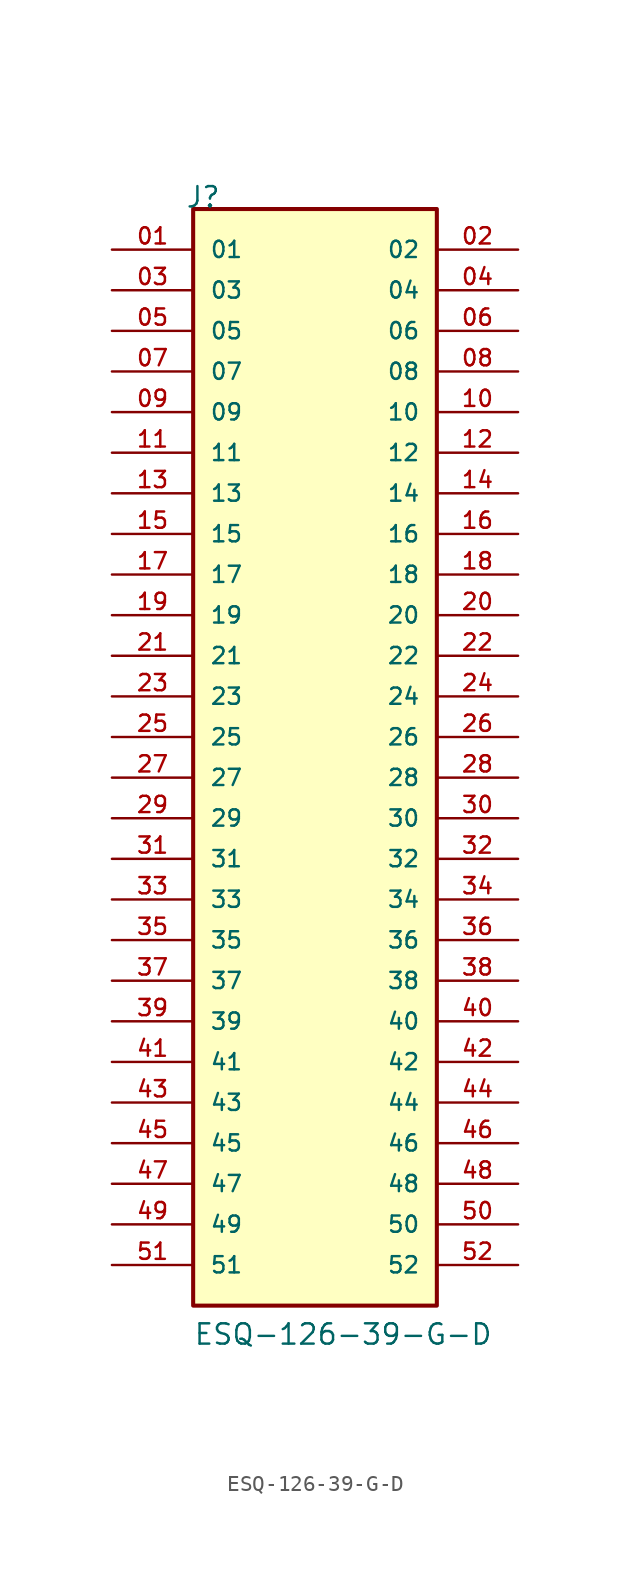
<source format=kicad_sym>
(kicad_symbol_lib
  (version 20211014)
  (generator kicad_symbol_editor)
  (symbol "ESQ-126-39-G-D"
    (pin_names
      (offset 1.016))
    (property "Reference" "J"
      (at -8.12 35.56 0)
      (effects (font (size 1.27 1.27)) (justify bottom left)))
    (property "Value" "ESQ-126-39-G-D"
      (at -7.62 -35.56 0)
      (effects (font (size 1.27 1.27)) (justify bottom left)))
    (symbol "ESQ-126-39-G-D_0_0"
      (rectangle (start -7.62 -33.02) (end 7.62 35.56) (stroke (width 0.254)) (fill (type background)))
      (pin passive line (at -12.7 33.02 0) (length 5.08) (name "01" (effects (font (size 1.016 1.016)))) (number "01" (effects (font (size 1.016 1.016)))))
      (pin passive line (at 12.7 33.02 180.0) (length 5.08) (name "02" (effects (font (size 1.016 1.016)))) (number "02" (effects (font (size 1.016 1.016)))))
      (pin passive line (at -12.7 30.48 0) (length 5.08) (name "03" (effects (font (size 1.016 1.016)))) (number "03" (effects (font (size 1.016 1.016)))))
      (pin passive line (at 12.7 30.48 180.0) (length 5.08) (name "04" (effects (font (size 1.016 1.016)))) (number "04" (effects (font (size 1.016 1.016)))))
      (pin passive line (at -12.7 27.94 0) (length 5.08) (name "05" (effects (font (size 1.016 1.016)))) (number "05" (effects (font (size 1.016 1.016)))))
      (pin passive line (at 12.7 27.94 180.0) (length 5.08) (name "06" (effects (font (size 1.016 1.016)))) (number "06" (effects (font (size 1.016 1.016)))))
      (pin passive line (at -12.7 25.4 0) (length 5.08) (name "07" (effects (font (size 1.016 1.016)))) (number "07" (effects (font (size 1.016 1.016)))))
      (pin passive line (at 12.7 25.4 180.0) (length 5.08) (name "08" (effects (font (size 1.016 1.016)))) (number "08" (effects (font (size 1.016 1.016)))))
      (pin passive line (at -12.7 22.86 0) (length 5.08) (name "09" (effects (font (size 1.016 1.016)))) (number "09" (effects (font (size 1.016 1.016)))))
      (pin passive line (at 12.7 22.86 180.0) (length 5.08) (name "10" (effects (font (size 1.016 1.016)))) (number "10" (effects (font (size 1.016 1.016)))))
      (pin passive line (at -12.7 20.32 0) (length 5.08) (name "11" (effects (font (size 1.016 1.016)))) (number "11" (effects (font (size 1.016 1.016)))))
      (pin passive line (at 12.7 20.32 180.0) (length 5.08) (name "12" (effects (font (size 1.016 1.016)))) (number "12" (effects (font (size 1.016 1.016)))))
      (pin passive line (at -12.7 17.78 0) (length 5.08) (name "13" (effects (font (size 1.016 1.016)))) (number "13" (effects (font (size 1.016 1.016)))))
      (pin passive line (at 12.7 17.78 180.0) (length 5.08) (name "14" (effects (font (size 1.016 1.016)))) (number "14" (effects (font (size 1.016 1.016)))))
      (pin passive line (at -12.7 15.24 0) (length 5.08) (name "15" (effects (font (size 1.016 1.016)))) (number "15" (effects (font (size 1.016 1.016)))))
      (pin passive line (at 12.7 15.24 180.0) (length 5.08) (name "16" (effects (font (size 1.016 1.016)))) (number "16" (effects (font (size 1.016 1.016)))))
      (pin passive line (at -12.7 12.7 0) (length 5.08) (name "17" (effects (font (size 1.016 1.016)))) (number "17" (effects (font (size 1.016 1.016)))))
      (pin passive line (at 12.7 12.7 180.0) (length 5.08) (name "18" (effects (font (size 1.016 1.016)))) (number "18" (effects (font (size 1.016 1.016)))))
      (pin passive line (at -12.7 10.16 0) (length 5.08) (name "19" (effects (font (size 1.016 1.016)))) (number "19" (effects (font (size 1.016 1.016)))))
      (pin passive line (at 12.7 10.16 180.0) (length 5.08) (name "20" (effects (font (size 1.016 1.016)))) (number "20" (effects (font (size 1.016 1.016)))))
      (pin passive line (at -12.7 7.62 0) (length 5.08) (name "21" (effects (font (size 1.016 1.016)))) (number "21" (effects (font (size 1.016 1.016)))))
      (pin passive line (at 12.7 7.62 180.0) (length 5.08) (name "22" (effects (font (size 1.016 1.016)))) (number "22" (effects (font (size 1.016 1.016)))))
      (pin passive line (at -12.7 5.08 0) (length 5.08) (name "23" (effects (font (size 1.016 1.016)))) (number "23" (effects (font (size 1.016 1.016)))))
      (pin passive line (at 12.7 5.08 180.0) (length 5.08) (name "24" (effects (font (size 1.016 1.016)))) (number "24" (effects (font (size 1.016 1.016)))))
      (pin passive line (at -12.7 2.54 0) (length 5.08) (name "25" (effects (font (size 1.016 1.016)))) (number "25" (effects (font (size 1.016 1.016)))))
      (pin passive line (at 12.7 2.54 180.0) (length 5.08) (name "26" (effects (font (size 1.016 1.016)))) (number "26" (effects (font (size 1.016 1.016)))))
      (pin passive line (at -12.7 0.0 0) (length 5.08) (name "27" (effects (font (size 1.016 1.016)))) (number "27" (effects (font (size 1.016 1.016)))))
      (pin passive line (at 12.7 0.0 180.0) (length 5.08) (name "28" (effects (font (size 1.016 1.016)))) (number "28" (effects (font (size 1.016 1.016)))))
      (pin passive line (at -12.7 -2.54 0) (length 5.08) (name "29" (effects (font (size 1.016 1.016)))) (number "29" (effects (font (size 1.016 1.016)))))
      (pin passive line (at 12.7 -2.54 180.0) (length 5.08) (name "30" (effects (font (size 1.016 1.016)))) (number "30" (effects (font (size 1.016 1.016)))))
      (pin passive line (at -12.7 -5.08 0) (length 5.08) (name "31" (effects (font (size 1.016 1.016)))) (number "31" (effects (font (size 1.016 1.016)))))
      (pin passive line (at 12.7 -5.08 180.0) (length 5.08) (name "32" (effects (font (size 1.016 1.016)))) (number "32" (effects (font (size 1.016 1.016)))))
      (pin passive line (at -12.7 -7.62 0) (length 5.08) (name "33" (effects (font (size 1.016 1.016)))) (number "33" (effects (font (size 1.016 1.016)))))
      (pin passive line (at 12.7 -7.62 180.0) (length 5.08) (name "34" (effects (font (size 1.016 1.016)))) (number "34" (effects (font (size 1.016 1.016)))))
      (pin passive line (at -12.7 -10.16 0) (length 5.08) (name "35" (effects (font (size 1.016 1.016)))) (number "35" (effects (font (size 1.016 1.016)))))
      (pin passive line (at 12.7 -10.16 180.0) (length 5.08) (name "36" (effects (font (size 1.016 1.016)))) (number "36" (effects (font (size 1.016 1.016)))))
      (pin passive line (at -12.7 -12.7 0) (length 5.08) (name "37" (effects (font (size 1.016 1.016)))) (number "37" (effects (font (size 1.016 1.016)))))
      (pin passive line (at 12.7 -12.7 180.0) (length 5.08) (name "38" (effects (font (size 1.016 1.016)))) (number "38" (effects (font (size 1.016 1.016)))))
      (pin passive line (at -12.7 -15.24 0) (length 5.08) (name "39" (effects (font (size 1.016 1.016)))) (number "39" (effects (font (size 1.016 1.016)))))
      (pin passive line (at 12.7 -15.24 180.0) (length 5.08) (name "40" (effects (font (size 1.016 1.016)))) (number "40" (effects (font (size 1.016 1.016)))))
      (pin passive line (at -12.7 -17.78 0) (length 5.08) (name "41" (effects (font (size 1.016 1.016)))) (number "41" (effects (font (size 1.016 1.016)))))
      (pin passive line (at 12.7 -17.78 180.0) (length 5.08) (name "42" (effects (font (size 1.016 1.016)))) (number "42" (effects (font (size 1.016 1.016)))))
      (pin passive line (at -12.7 -20.32 0) (length 5.08) (name "43" (effects (font (size 1.016 1.016)))) (number "43" (effects (font (size 1.016 1.016)))))
      (pin passive line (at 12.7 -20.32 180.0) (length 5.08) (name "44" (effects (font (size 1.016 1.016)))) (number "44" (effects (font (size 1.016 1.016)))))
      (pin passive line (at -12.7 -22.86 0) (length 5.08) (name "45" (effects (font (size 1.016 1.016)))) (number "45" (effects (font (size 1.016 1.016)))))
      (pin passive line (at 12.7 -22.86 180.0) (length 5.08) (name "46" (effects (font (size 1.016 1.016)))) (number "46" (effects (font (size 1.016 1.016)))))
      (pin passive line (at -12.7 -25.4 0) (length 5.08) (name "47" (effects (font (size 1.016 1.016)))) (number "47" (effects (font (size 1.016 1.016)))))
      (pin passive line (at 12.7 -25.4 180.0) (length 5.08) (name "48" (effects (font (size 1.016 1.016)))) (number "48" (effects (font (size 1.016 1.016)))))
      (pin passive line (at -12.7 -27.94 0) (length 5.08) (name "49" (effects (font (size 1.016 1.016)))) (number "49" (effects (font (size 1.016 1.016)))))
      (pin passive line (at 12.7 -27.94 180.0) (length 5.08) (name "50" (effects (font (size 1.016 1.016)))) (number "50" (effects (font (size 1.016 1.016)))))
      (pin passive line (at -12.7 -30.48 0) (length 5.08) (name "51" (effects (font (size 1.016 1.016)))) (number "51" (effects (font (size 1.016 1.016)))))
      (pin passive line (at 12.7 -30.48 180.0) (length 5.08) (name "52" (effects (font (size 1.016 1.016)))) (number "52" (effects (font (size 1.016 1.016))))))))
</source>
